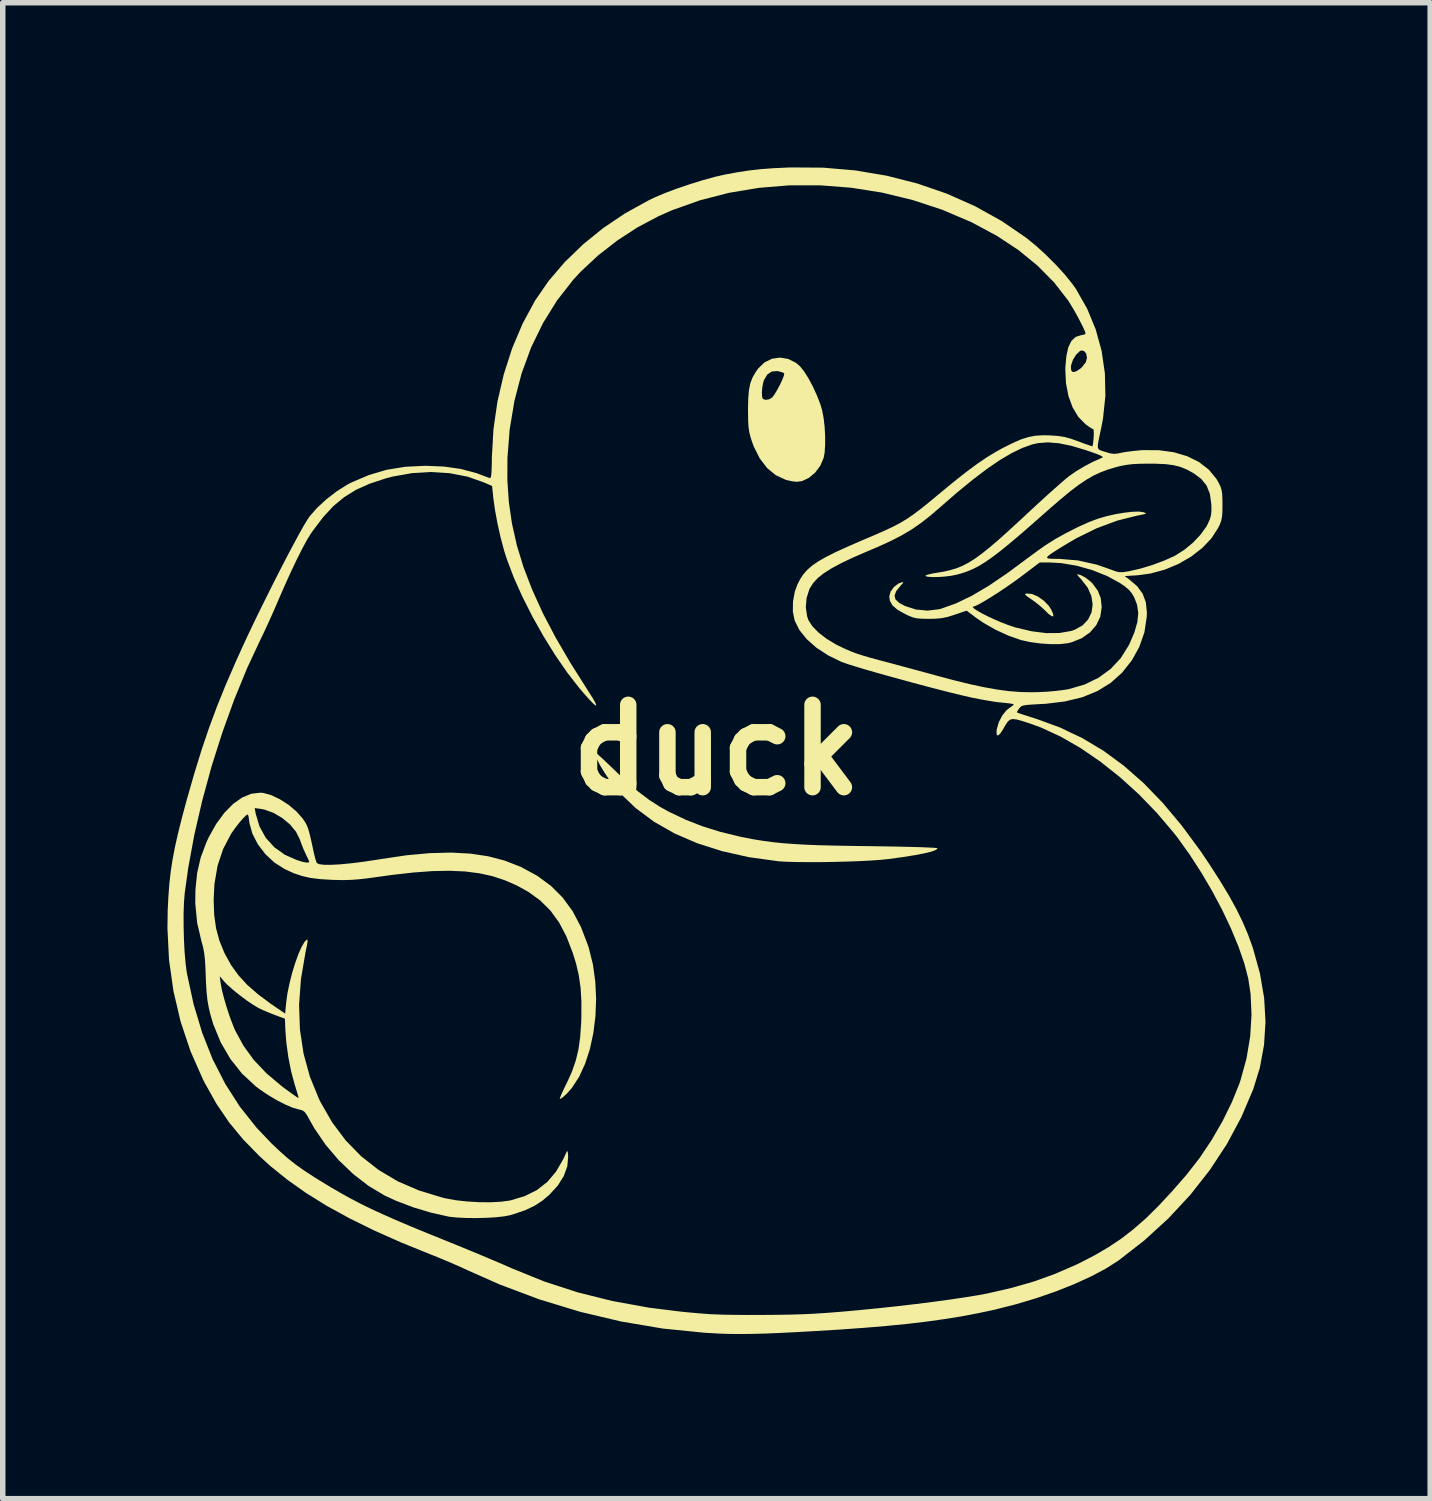
<source format=kicad_pcb>
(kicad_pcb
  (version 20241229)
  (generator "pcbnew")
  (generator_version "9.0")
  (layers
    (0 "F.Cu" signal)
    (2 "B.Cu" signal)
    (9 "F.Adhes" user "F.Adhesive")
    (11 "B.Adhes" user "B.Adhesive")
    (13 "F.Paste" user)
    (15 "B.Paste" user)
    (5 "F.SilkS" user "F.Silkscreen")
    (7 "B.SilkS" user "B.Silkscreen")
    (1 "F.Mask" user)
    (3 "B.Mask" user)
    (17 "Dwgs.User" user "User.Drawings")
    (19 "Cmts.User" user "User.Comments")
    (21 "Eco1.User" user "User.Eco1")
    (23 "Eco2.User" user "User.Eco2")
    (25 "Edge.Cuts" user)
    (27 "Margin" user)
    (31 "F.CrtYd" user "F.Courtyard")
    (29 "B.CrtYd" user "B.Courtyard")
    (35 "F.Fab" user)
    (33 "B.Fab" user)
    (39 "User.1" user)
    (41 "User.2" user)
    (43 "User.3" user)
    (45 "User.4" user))
  (footprint "duck"
    (layer "F.Cu")
    (at 10.001 10.611)
    (property "Reference" "duck" (at 0 0 0) (layer "F.SilkS") (effects (font (size 1.5 1.5) (thickness 0.3))))
    (attr board_only exclude_from_pos_files exclude_from_bom)
    (fp_poly (pts (xy 5.748 -2.841) (xy 5.857 -2.794) (xy 5.963 -2.719) (xy 6.054 -2.625) (xy 6.099 -2.556) (xy 6.134 -2.475) (xy 6.137 -2.435) (xy 6.108 -2.436) (xy 6.051 -2.477) (xy 5.989 -2.538) (xy 5.905 -2.615) (xy 5.803 -2.697) (xy 5.736 -2.744) (xy 5.66 -2.796) (xy 5.625 -2.827) (xy 5.625 -2.843) (xy 5.652 -2.85)) (stroke (width 0) (type solid)) (fill yes) (layer "F.SilkS"))
    (fp_poly (pts (xy -2.197 0.053) (xy -2.147 0.094) (xy -2.072 0.162) (xy -1.977 0.252) (xy -1.874 0.351) (xy -1.641 0.572) (xy -1.428 0.756) (xy -1.226 0.909) (xy -1.026 1.038) (xy -0.865 1.127) (xy -0.561 1.271) (xy -0.255 1.391) (xy 0.069 1.492) (xy 0.426 1.579) (xy 0.52 1.598) (xy 0.685 1.63) (xy 0.85 1.656) (xy 1.019 1.679) (xy 1.2 1.698) (xy 1.399 1.713) (xy 1.621 1.726) (xy 1.874 1.736) (xy 2.162 1.743) (xy 2.493 1.749) (xy 2.795 1.753) (xy 3.06 1.757) (xy 3.302 1.761) (xy 3.518 1.766) (xy 3.701 1.771) (xy 3.848 1.777) (xy 3.955 1.782) (xy 4.016 1.788) (xy 4.029 1.792) (xy 4.002 1.819) (xy 3.924 1.85) (xy 3.794 1.882) (xy 3.615 1.917) (xy 3.386 1.953) (xy 3.122 1.989) (xy 2.983 2.003) (xy 2.804 2.015) (xy 2.595 2.026) (xy 2.365 2.034) (xy 2.126 2.04) (xy 1.886 2.044) (xy 1.657 2.044) (xy 1.45 2.042) (xy 1.273 2.037) (xy 1.137 2.029) (xy 1.121 2.027) (xy 0.593 1.954) (xy 0.103 1.844) (xy -0.349 1.7) (xy -0.762 1.522) (xy -1.136 1.309) (xy -1.469 1.061) (xy -1.747 0.797) (xy -1.852 0.675) (xy -1.954 0.54) (xy -2.046 0.403) (xy -2.124 0.273) (xy -2.181 0.159) (xy -2.211 0.072) (xy -2.214 0.045)) (stroke (width 0) (type solid)) (fill yes) (layer "F.SilkS"))
    (fp_poly (pts (xy 1.306 -7.123) (xy 1.446 -7.053) (xy 1.521 -6.99) (xy 1.594 -6.899) (xy 1.675 -6.772) (xy 1.756 -6.62) (xy 1.83 -6.459) (xy 1.891 -6.302) (xy 1.923 -6.197) (xy 1.951 -6.056) (xy 1.97 -5.892) (xy 1.98 -5.719) (xy 1.98 -5.553) (xy 1.97 -5.411) (xy 1.953 -5.32) (xy 1.891 -5.176) (xy 1.798 -5.052) (xy 1.685 -4.957) (xy 1.562 -4.898) (xy 1.462 -4.884) (xy 1.379 -4.894) (xy 1.283 -4.915) (xy 1.259 -4.922) (xy 1.08 -5.005) (xy 0.922 -5.136) (xy 0.788 -5.311) (xy 0.68 -5.526) (xy 0.648 -5.614) (xy 0.618 -5.709) (xy 0.598 -5.791) (xy 0.585 -5.877) (xy 0.578 -5.98) (xy 0.576 -6.115) (xy 0.575 -6.203) (xy 0.579 -6.399) (xy 0.589 -6.518) (xy 0.828 -6.518) (xy 0.831 -6.44) (xy 0.844 -6.396) (xy 0.845 -6.394) (xy 0.895 -6.377) (xy 0.961 -6.387) (xy 1.016 -6.421) (xy 1.019 -6.423) (xy 1.063 -6.485) (xy 1.112 -6.568) (xy 1.16 -6.659) (xy 1.201 -6.747) (xy 1.228 -6.817) (xy 1.235 -6.858) (xy 1.233 -6.862) (xy 1.193 -6.881) (xy 1.124 -6.899) (xy 1.111 -6.902) (xy 1.009 -6.894) (xy 0.927 -6.839) (xy 0.867 -6.74) (xy 0.854 -6.699) (xy 0.836 -6.61) (xy 0.828 -6.518) (xy 0.589 -6.518) (xy 0.592 -6.554) (xy 0.617 -6.679) (xy 0.658 -6.786) (xy 0.717 -6.887) (xy 0.761 -6.949) (xy 0.876 -7.06) (xy 1.011 -7.126) (xy 1.158 -7.147)) (stroke (width 0) (type solid)) (fill yes) (layer "F.SilkS"))
    (fp_poly (pts (xy -8.257 0.783) (xy -8.111 0.823) (xy -7.952 0.899) (xy -7.793 1.001) (xy -7.65 1.122) (xy -7.538 1.249) (xy -7.499 1.306) (xy -7.468 1.36) (xy -7.442 1.423) (xy -7.417 1.505) (xy -7.39 1.616) (xy -7.357 1.766) (xy -7.349 1.806) (xy -7.325 1.911) (xy -7.302 1.998) (xy -7.284 2.052) (xy -7.281 2.059) (xy -7.239 2.081) (xy -7.15 2.092) (xy -7.019 2.093) (xy -6.852 2.084) (xy -6.654 2.065) (xy -6.43 2.037) (xy -6.185 2) (xy -6.11 1.988) (xy -5.645 1.919) (xy -5.221 1.88) (xy -4.833 1.87) (xy -4.479 1.889) (xy -4.154 1.938) (xy -3.854 2.017) (xy -3.575 2.126) (xy -3.559 2.133) (xy -3.267 2.291) (xy -3.016 2.475) (xy -2.801 2.69) (xy -2.619 2.939) (xy -2.467 3.228) (xy -2.34 3.561) (xy -2.323 3.615) (xy -2.25 3.909) (xy -2.207 4.218) (xy -2.192 4.533) (xy -2.204 4.848) (xy -2.242 5.155) (xy -2.305 5.447) (xy -2.392 5.716) (xy -2.502 5.955) (xy -2.633 6.157) (xy -2.722 6.257) (xy -2.787 6.317) (xy -2.834 6.352) (xy -2.855 6.357) (xy -2.855 6.356) (xy -2.843 6.32) (xy -2.813 6.247) (xy -2.767 6.15) (xy -2.724 6.063) (xy -2.633 5.862) (xy -2.564 5.664) (xy -2.514 5.458) (xy -2.482 5.229) (xy -2.464 4.965) (xy -2.461 4.869) (xy -2.46 4.586) (xy -2.474 4.338) (xy -2.507 4.109) (xy -2.559 3.885) (xy -2.616 3.702) (xy -2.732 3.4) (xy -2.866 3.144) (xy -3.024 2.927) (xy -3.21 2.742) (xy -3.43 2.583) (xy -3.642 2.467) (xy -3.858 2.373) (xy -4.082 2.299) (xy -4.32 2.247) (xy -4.577 2.214) (xy -4.859 2.201) (xy -5.172 2.207) (xy -5.521 2.233) (xy -5.911 2.277) (xy -6.161 2.312) (xy -6.358 2.339) (xy -6.519 2.357) (xy -6.66 2.367) (xy -6.797 2.371) (xy -6.947 2.368) (xy -6.99 2.367) (xy -7.211 2.354) (xy -7.393 2.332) (xy -7.551 2.296) (xy -7.702 2.245) (xy -7.859 2.173) (xy -7.863 2.171) (xy -8.052 2.052) (xy -8.217 1.898) (xy -8.353 1.72) (xy -8.453 1.527) (xy -8.508 1.328) (xy -8.516 1.261) (xy -8.525 1.202) (xy -8.539 1.174) (xy -8.54 1.174) (xy -8.571 1.194) (xy -8.624 1.247) (xy -8.689 1.322) (xy -8.758 1.41) (xy -8.821 1.498) (xy -8.842 1.529) (xy -8.987 1.806) (xy -9.088 2.11) (xy -9.145 2.444) (xy -9.159 2.735) (xy -9.149 3.009) (xy -9.115 3.249) (xy -9.056 3.47) (xy -8.967 3.689) (xy -8.951 3.722) (xy -8.839 3.923) (xy -8.706 4.107) (xy -8.546 4.281) (xy -8.35 4.452) (xy -8.112 4.629) (xy -8.058 4.666) (xy -7.857 4.802) (xy -7.837 4.595) (xy -7.814 4.429) (xy -7.776 4.247) (xy -7.729 4.061) (xy -7.674 3.882) (xy -7.616 3.721) (xy -7.558 3.589) (xy -7.503 3.497) (xy -7.497 3.49) (xy -7.467 3.458) (xy -7.451 3.455) (xy -7.448 3.486) (xy -7.459 3.558) (xy -7.484 3.676) (xy -7.486 3.687) (xy -7.569 4.176) (xy -7.603 4.646) (xy -7.587 5.098) (xy -7.521 5.533) (xy -7.406 5.952) (xy -7.241 6.356) (xy -7.212 6.416) (xy -7 6.785) (xy -6.753 7.114) (xy -6.472 7.402) (xy -6.155 7.651) (xy -5.804 7.859) (xy -5.417 8.026) (xy -4.995 8.154) (xy -4.936 8.168) (xy -4.754 8.202) (xy -4.547 8.225) (xy -4.329 8.238) (xy -4.117 8.24) (xy -3.925 8.23) (xy -3.768 8.209) (xy -3.752 8.206) (xy -3.493 8.128) (xy -3.271 8.018) (xy -3.082 7.87) (xy -2.922 7.682) (xy -2.787 7.449) (xy -2.731 7.324) (xy -2.718 7.305) (xy -2.708 7.33) (xy -2.701 7.404) (xy -2.701 7.406) (xy -2.716 7.582) (xy -2.78 7.76) (xy -2.89 7.936) (xy -3.043 8.103) (xy -3.175 8.214) (xy -3.317 8.306) (xy -3.483 8.384) (xy -3.687 8.454) (xy -3.762 8.476) (xy -3.87 8.497) (xy -4.018 8.513) (xy -4.191 8.523) (xy -4.376 8.528) (xy -4.558 8.526) (xy -4.725 8.518) (xy -4.862 8.504) (xy -4.883 8.5) (xy -5.198 8.43) (xy -5.523 8.332) (xy -5.833 8.214) (xy -6.048 8.115) (xy -6.337 7.942) (xy -6.618 7.725) (xy -6.882 7.472) (xy -7.12 7.192) (xy -7.324 6.894) (xy -7.408 6.746) (xy -7.459 6.653) (xy -7.498 6.598) (xy -7.537 6.569) (xy -7.587 6.553) (xy -7.609 6.549) (xy -7.717 6.518) (xy -7.854 6.46) (xy -8.008 6.381) (xy -8.166 6.287) (xy -8.316 6.186) (xy -8.394 6.127) (xy -8.642 5.897) (xy -8.855 5.628) (xy -9.031 5.326) (xy -9.167 4.995) (xy -9.22 4.814) (xy -9.25 4.685) (xy -9.272 4.559) (xy -9.287 4.42) (xy -9.298 4.253) (xy -9.303 4.122) (xy -9.048 4.122) (xy -9.031 4.253) (xy -9.008 4.376) (xy -8.968 4.532) (xy -8.917 4.704) (xy -8.86 4.875) (xy -8.801 5.03) (xy -8.766 5.112) (xy -8.615 5.39) (xy -8.428 5.647) (xy -8.199 5.889) (xy -7.922 6.123) (xy -7.858 6.171) (xy -7.762 6.241) (xy -7.683 6.297) (xy -7.631 6.332) (xy -7.613 6.341) (xy -7.617 6.314) (xy -7.636 6.249) (xy -7.664 6.155) (xy -7.683 6.095) (xy -7.747 5.859) (xy -7.799 5.594) (xy -7.836 5.322) (xy -7.852 5.11) (xy -7.861 4.896) (xy -8.046 4.828) (xy -8.157 4.784) (xy -8.265 4.738) (xy -8.342 4.701) (xy -8.438 4.644) (xy -8.556 4.564) (xy -8.681 4.471) (xy -8.8 4.375) (xy -8.9 4.287) (xy -8.964 4.222) (xy -9.048 4.122) (xy -9.303 4.122) (xy -9.31 3.939) (xy -9.32 3.797) (xy -9.334 3.682) (xy -9.354 3.584) (xy -9.379 3.495) (xy -9.46 3.148) (xy -9.494 2.79) (xy -9.491 2.551) (xy -9.46 2.242) (xy -9.395 1.96) (xy -9.293 1.687) (xy -9.247 1.587) (xy -9.111 1.346) (xy -8.962 1.143) (xy -8.879 1.059) (xy -8.412 1.059) (xy -8.393 1.161) (xy -8.324 1.394) (xy -8.211 1.599) (xy -8.056 1.771) (xy -7.861 1.91) (xy -7.644 2.006) (xy -7.537 2.039) (xy -7.46 2.053) (xy -7.421 2.047) (xy -7.417 2.04) (xy -7.428 2.01) (xy -7.456 1.949) (xy -7.48 1.9) (xy -7.527 1.797) (xy -7.572 1.68) (xy -7.59 1.628) (xy -7.66 1.489) (xy -7.77 1.356) (xy -7.911 1.239) (xy -8.07 1.146) (xy -8.235 1.087) (xy -8.3 1.074) (xy -8.412 1.059) (xy -8.879 1.059) (xy -8.804 0.983) (xy -8.64 0.867) (xy -8.473 0.798) (xy -8.307 0.779)) (stroke (width 0) (type solid)) (fill yes) (layer "F.SilkS"))
    (fp_poly (pts (xy 1.942 -10.607) (xy 2.528 -10.557) (xy 3.102 -10.46) (xy 3.66 -10.318) (xy 4.197 -10.133) (xy 4.71 -9.905) (xy 5.194 -9.636) (xy 5.643 -9.329) (xy 5.821 -9.184) (xy 6.005 -9.016) (xy 6.185 -8.836) (xy 6.349 -8.656) (xy 6.486 -8.486) (xy 6.55 -8.395) (xy 6.753 -8.038) (xy 6.909 -7.66) (xy 7.017 -7.266) (xy 7.076 -6.86) (xy 7.085 -6.449) (xy 7.042 -6.037) (xy 7.015 -5.896) (xy 6.982 -5.74) (xy 6.959 -5.629) (xy 6.947 -5.553) (xy 6.949 -5.505) (xy 6.964 -5.476) (xy 6.994 -5.458) (xy 7.041 -5.442) (xy 7.079 -5.43) (xy 7.174 -5.402) (xy 7.247 -5.393) (xy 7.328 -5.403) (xy 7.369 -5.413) (xy 7.462 -5.429) (xy 7.586 -5.445) (xy 7.719 -5.458) (xy 7.764 -5.461) (xy 8.059 -5.46) (xy 8.331 -5.423) (xy 8.577 -5.35) (xy 8.791 -5.244) (xy 8.969 -5.106) (xy 9.107 -4.939) (xy 9.146 -4.872) (xy 9.18 -4.802) (xy 9.201 -4.737) (xy 9.213 -4.661) (xy 9.217 -4.559) (xy 9.218 -4.469) (xy 9.217 -4.341) (xy 9.21 -4.25) (xy 9.196 -4.178) (xy 9.17 -4.108) (xy 9.138 -4.042) (xy 9.016 -3.854) (xy 8.85 -3.679) (xy 8.648 -3.522) (xy 8.418 -3.389) (xy 8.17 -3.285) (xy 7.91 -3.214) (xy 7.676 -3.182) (xy 7.436 -3.167) (xy 7.513 -3.111) (xy 7.663 -2.983) (xy 7.764 -2.846) (xy 7.822 -2.69) (xy 7.841 -2.504) (xy 7.838 -2.422) (xy 7.796 -2.142) (xy 7.701 -1.873) (xy 7.567 -1.632) (xy 7.389 -1.407) (xy 7.181 -1.221) (xy 6.939 -1.072) (xy 6.662 -0.959) (xy 6.348 -0.883) (xy 5.995 -0.84) (xy 5.909 -0.836) (xy 5.767 -0.828) (xy 5.667 -0.821) (xy 5.602 -0.812) (xy 5.56 -0.798) (xy 5.533 -0.778) (xy 5.513 -0.755) (xy 5.482 -0.707) (xy 5.473 -0.683) (xy 5.474 -0.683) (xy 5.501 -0.672) (xy 5.57 -0.649) (xy 5.671 -0.616) (xy 5.793 -0.577) (xy 5.831 -0.565) (xy 6.256 -0.41) (xy 6.661 -0.217) (xy 7.049 0.014) (xy 7.421 0.288) (xy 7.782 0.605) (xy 8.133 0.968) (xy 8.476 1.378) (xy 8.816 1.839) (xy 8.979 2.081) (xy 9.173 2.383) (xy 9.336 2.653) (xy 9.472 2.9) (xy 9.586 3.133) (xy 9.682 3.359) (xy 9.765 3.588) (xy 9.774 3.615) (xy 9.901 4.073) (xy 9.977 4.518) (xy 10.002 4.952) (xy 9.975 5.376) (xy 9.898 5.792) (xy 9.779 6.179) (xy 9.563 6.686) (xy 9.299 7.179) (xy 8.987 7.653) (xy 8.631 8.106) (xy 8.233 8.534) (xy 7.795 8.934) (xy 7.324 9.301) (xy 7.099 9.445) (xy 6.828 9.589) (xy 6.52 9.73) (xy 6.183 9.864) (xy 5.824 9.988) (xy 5.452 10.099) (xy 5.074 10.195) (xy 5.035 10.204) (xy 4.745 10.265) (xy 4.448 10.321) (xy 4.141 10.37) (xy 3.817 10.415) (xy 3.471 10.456) (xy 3.096 10.493) (xy 2.688 10.527) (xy 2.242 10.559) (xy 1.75 10.589) (xy 1.46 10.605) (xy 1.145 10.621) (xy 0.873 10.632) (xy 0.635 10.638) (xy 0.42 10.64) (xy 0.22 10.638) (xy 0.024 10.631) (xy -0.178 10.619) (xy -0.227 10.616) (xy -0.98 10.54) (xy -1.736 10.412) (xy -2.487 10.234) (xy -3.229 10.008) (xy -3.955 9.735) (xy -4.536 9.477) (xy -4.67 9.415) (xy -4.835 9.343) (xy -5.009 9.27) (xy -5.174 9.203) (xy -5.189 9.197) (xy -5.738 8.975) (xy -6.237 8.753) (xy -6.691 8.529) (xy -7.103 8.303) (xy -7.477 8.07) (xy -7.817 7.829) (xy -8.127 7.579) (xy -8.325 7.399) (xy -8.622 7.095) (xy -8.879 6.783) (xy -9.106 6.449) (xy -9.314 6.079) (xy -9.352 6.006) (xy -9.581 5.487) (xy -9.761 4.949) (xy -9.891 4.394) (xy -9.972 3.824) (xy -10.001 3.244) (xy -9.997 2.994) (xy -9.707 2.994) (xy -9.706 3.223) (xy -9.7 3.459) (xy -9.688 3.686) (xy -9.67 3.891) (xy -9.648 4.059) (xy -9.646 4.069) (xy -9.525 4.629) (xy -9.369 5.149) (xy -9.178 5.633) (xy -8.949 6.081) (xy -8.683 6.497) (xy -8.377 6.882) (xy -8.107 7.166) (xy -7.95 7.314) (xy -7.808 7.44) (xy -7.664 7.553) (xy -7.507 7.665) (xy -7.323 7.784) (xy -7.217 7.85) (xy -7.026 7.966) (xy -6.844 8.072) (xy -6.665 8.171) (xy -6.482 8.267) (xy -6.288 8.362) (xy -6.077 8.459) (xy -5.842 8.563) (xy -5.576 8.676) (xy -5.273 8.801) (xy -4.949 8.932) (xy -4.729 9.021) (xy -4.503 9.114) (xy -4.281 9.206) (xy -4.075 9.293) (xy -3.894 9.37) (xy -3.75 9.433) (xy -3.726 9.444) (xy -3.139 9.682) (xy -2.531 9.88) (xy -1.895 10.039) (xy -1.228 10.16) (xy -0.667 10.23) (xy -0.508 10.246) (xy -0.351 10.26) (xy -0.213 10.271) (xy -0.108 10.279) (xy -0.08 10.28) (xy 0.107 10.287) (xy 0.333 10.291) (xy 0.585 10.293) (xy 0.85 10.292) (xy 1.115 10.29) (xy 1.365 10.286) (xy 1.588 10.279) (xy 1.761 10.271) (xy 2.026 10.254) (xy 2.322 10.23) (xy 2.639 10.201) (xy 2.969 10.168) (xy 3.304 10.132) (xy 3.636 10.093) (xy 3.956 10.053) (xy 4.255 10.012) (xy 4.526 9.972) (xy 4.76 9.934) (xy 4.942 9.9) (xy 5.383 9.798) (xy 5.786 9.682) (xy 6.164 9.546) (xy 6.532 9.387) (xy 6.63 9.34) (xy 6.898 9.201) (xy 7.143 9.057) (xy 7.374 8.903) (xy 7.596 8.731) (xy 7.817 8.538) (xy 8.043 8.316) (xy 8.282 8.06) (xy 8.541 7.765) (xy 8.57 7.73) (xy 8.801 7.434) (xy 9.02 7.107) (xy 9.219 6.763) (xy 9.39 6.415) (xy 9.526 6.079) (xy 9.548 6.013) (xy 9.656 5.619) (xy 9.723 5.219) (xy 9.747 4.823) (xy 9.73 4.441) (xy 9.687 4.162) (xy 9.615 3.886) (xy 9.509 3.581) (xy 9.374 3.255) (xy 9.214 2.917) (xy 9.032 2.574) (xy 8.833 2.235) (xy 8.622 1.909) (xy 8.403 1.603) (xy 8.331 1.511) (xy 8.024 1.149) (xy 7.695 0.808) (xy 7.349 0.495) (xy 6.992 0.212) (xy 6.63 -0.036) (xy 6.268 -0.244) (xy 5.913 -0.408) (xy 5.715 -0.48) (xy 5.572 -0.526) (xy 5.469 -0.555) (xy 5.397 -0.563) (xy 5.346 -0.55) (xy 5.305 -0.513) (xy 5.263 -0.45) (xy 5.224 -0.381) (xy 5.169 -0.297) (xy 5.129 -0.262) (xy 5.106 -0.275) (xy 5.102 -0.336) (xy 5.108 -0.384) (xy 5.144 -0.507) (xy 5.206 -0.626) (xy 5.283 -0.723) (xy 5.337 -0.765) (xy 5.39 -0.801) (xy 5.416 -0.827) (xy 5.416 -0.829) (xy 5.392 -0.839) (xy 5.327 -0.849) (xy 5.234 -0.859) (xy 5.209 -0.861) (xy 5.104 -0.872) (xy 4.965 -0.894) (xy 4.807 -0.922) (xy 4.648 -0.954) (xy 4.623 -0.959) (xy 4.465 -0.996) (xy 4.275 -1.042) (xy 4.063 -1.096) (xy 3.835 -1.155) (xy 3.597 -1.219) (xy 3.358 -1.284) (xy 3.125 -1.348) (xy 2.905 -1.41) (xy 2.704 -1.468) (xy 2.531 -1.52) (xy 2.393 -1.563) (xy 2.297 -1.597) (xy 2.273 -1.606) (xy 2.032 -1.724) (xy 1.82 -1.863) (xy 1.645 -2.018) (xy 1.512 -2.183) (xy 1.426 -2.355) (xy 1.424 -2.36) (xy 1.392 -2.52) (xy 1.393 -2.598) (xy 1.628 -2.598) (xy 1.651 -2.437) (xy 1.678 -2.36) (xy 1.749 -2.251) (xy 1.861 -2.137) (xy 2.006 -2.025) (xy 2.173 -1.924) (xy 2.228 -1.896) (xy 2.336 -1.844) (xy 2.436 -1.801) (xy 2.536 -1.762) (xy 2.65 -1.725) (xy 2.786 -1.684) (xy 2.956 -1.638) (xy 3.095 -1.601) (xy 3.256 -1.558) (xy 3.449 -1.506) (xy 3.656 -1.45) (xy 3.859 -1.395) (xy 3.975 -1.363) (xy 4.315 -1.272) (xy 4.613 -1.199) (xy 4.876 -1.142) (xy 5.113 -1.1) (xy 5.33 -1.071) (xy 5.536 -1.055) (xy 5.738 -1.051) (xy 5.856 -1.053) (xy 6.012 -1.06) (xy 6.172 -1.074) (xy 6.317 -1.091) (xy 6.417 -1.107) (xy 6.705 -1.191) (xy 6.961 -1.315) (xy 7.183 -1.477) (xy 7.367 -1.675) (xy 7.512 -1.908) (xy 7.521 -1.925) (xy 7.613 -2.14) (xy 7.667 -2.327) (xy 7.684 -2.491) (xy 7.663 -2.642) (xy 7.613 -2.773) (xy 7.567 -2.853) (xy 7.512 -2.918) (xy 7.434 -2.983) (xy 7.348 -3.042) (xy 7.115 -3.169) (xy 6.849 -3.275) (xy 6.566 -3.355) (xy 6.281 -3.403) (xy 6.063 -3.415) (xy 5.89 -3.415) (xy 5.54 -3.151) (xy 5.411 -3.057) (xy 5.273 -2.961) (xy 5.132 -2.867) (xy 4.999 -2.782) (xy 4.879 -2.709) (xy 4.781 -2.653) (xy 4.714 -2.621) (xy 4.69 -2.615) (xy 4.668 -2.605) (xy 4.688 -2.579) (xy 4.743 -2.541) (xy 4.827 -2.493) (xy 4.931 -2.439) (xy 5.05 -2.384) (xy 5.175 -2.329) (xy 5.301 -2.28) (xy 5.419 -2.24) (xy 5.451 -2.23) (xy 5.739 -2.162) (xy 6.006 -2.128) (xy 6.248 -2.13) (xy 6.457 -2.166) (xy 6.526 -2.189) (xy 6.669 -2.268) (xy 6.771 -2.376) (xy 6.833 -2.506) (xy 6.853 -2.65) (xy 6.83 -2.802) (xy 6.764 -2.954) (xy 6.652 -3.099) (xy 6.65 -3.102) (xy 6.599 -3.157) (xy 6.572 -3.193) (xy 6.572 -3.202) (xy 6.641 -3.183) (xy 6.727 -3.136) (xy 6.812 -3.07) (xy 6.854 -3.028) (xy 6.948 -2.899) (xy 7 -2.766) (xy 7.017 -2.61) (xy 7.017 -2.594) (xy 6.992 -2.426) (xy 6.919 -2.273) (xy 6.805 -2.141) (xy 6.654 -2.035) (xy 6.472 -1.962) (xy 6.406 -1.945) (xy 6.262 -1.928) (xy 6.086 -1.927) (xy 5.894 -1.94) (xy 5.706 -1.966) (xy 5.55 -2.001) (xy 5.323 -2.08) (xy 5.087 -2.188) (xy 4.863 -2.316) (xy 4.733 -2.405) (xy 4.557 -2.537) (xy 4.339 -2.463) (xy 4.213 -2.423) (xy 4.101 -2.4) (xy 3.98 -2.39) (xy 3.868 -2.388) (xy 3.743 -2.39) (xy 3.653 -2.397) (xy 3.579 -2.414) (xy 3.503 -2.444) (xy 3.436 -2.476) (xy 3.298 -2.554) (xy 3.208 -2.631) (xy 3.16 -2.715) (xy 3.148 -2.794) (xy 3.172 -2.883) (xy 3.233 -2.968) (xy 3.316 -3.031) (xy 3.365 -3.05) (xy 3.4 -3.057) (xy 3.401 -3.045) (xy 3.367 -3.006) (xy 3.355 -2.993) (xy 3.275 -2.893) (xy 3.244 -2.812) (xy 3.261 -2.742) (xy 3.329 -2.678) (xy 3.435 -2.622) (xy 3.633 -2.558) (xy 3.847 -2.538) (xy 4.057 -2.563) (xy 4.097 -2.574) (xy 4.363 -2.669) (xy 4.65 -2.807) (xy 4.96 -2.99) (xy 5.294 -3.217) (xy 5.456 -3.336) (xy 5.593 -3.438) (xy 5.728 -3.538) (xy 5.851 -3.628) (xy 5.95 -3.699) (xy 5.995 -3.73) (xy 6.173 -3.842) (xy 6.377 -3.955) (xy 6.589 -4.062) (xy 6.792 -4.153) (xy 6.952 -4.213) (xy 7.103 -4.257) (xy 7.265 -4.294) (xy 7.425 -4.321) (xy 7.572 -4.338) (xy 7.693 -4.342) (xy 7.776 -4.331) (xy 7.78 -4.33) (xy 7.816 -4.316) (xy 7.821 -4.305) (xy 7.788 -4.293) (xy 7.711 -4.277) (xy 7.671 -4.27) (xy 7.304 -4.178) (xy 6.929 -4.039) (xy 6.556 -3.856) (xy 6.337 -3.727) (xy 6.194 -3.638) (xy 6.094 -3.573) (xy 6.037 -3.529) (xy 6.02 -3.502) (xy 6.042 -3.488) (xy 6.101 -3.482) (xy 6.196 -3.48) (xy 6.25 -3.48) (xy 6.586 -3.452) (xy 6.926 -3.376) (xy 7.168 -3.292) (xy 7.264 -3.256) (xy 7.334 -3.239) (xy 7.401 -3.238) (xy 7.49 -3.251) (xy 7.519 -3.256) (xy 7.723 -3.303) (xy 7.942 -3.369) (xy 8.154 -3.448) (xy 8.338 -3.53) (xy 8.358 -3.541) (xy 8.521 -3.644) (xy 8.679 -3.774) (xy 8.817 -3.92) (xy 8.923 -4.066) (xy 8.95 -4.116) (xy 8.988 -4.202) (xy 9.009 -4.276) (xy 9.017 -4.358) (xy 9.015 -4.47) (xy 9.014 -4.477) (xy 8.989 -4.664) (xy 8.929 -4.815) (xy 8.829 -4.939) (xy 8.697 -5.037) (xy 8.573 -5.106) (xy 8.454 -5.155) (xy 8.328 -5.187) (xy 8.183 -5.206) (xy 8.005 -5.214) (xy 7.884 -5.215) (xy 7.712 -5.213) (xy 7.577 -5.206) (xy 7.463 -5.192) (xy 7.356 -5.171) (xy 7.285 -5.153) (xy 7.136 -5.109) (xy 6.999 -5.058) (xy 6.868 -4.997) (xy 6.735 -4.92) (xy 6.593 -4.824) (xy 6.435 -4.704) (xy 6.256 -4.555) (xy 6.047 -4.374) (xy 6.003 -4.335) (xy 5.747 -4.109) (xy 5.526 -3.917) (xy 5.334 -3.755) (xy 5.169 -3.621) (xy 5.024 -3.511) (xy 4.896 -3.422) (xy 4.781 -3.351) (xy 4.674 -3.296) (xy 4.57 -3.252) (xy 4.466 -3.217) (xy 4.374 -3.192) (xy 4.273 -3.172) (xy 4.158 -3.158) (xy 4.041 -3.15) (xy 3.935 -3.149) (xy 3.853 -3.154) (xy 3.808 -3.167) (xy 3.805 -3.171) (xy 3.823 -3.184) (xy 3.882 -3.202) (xy 3.972 -3.22) (xy 4.008 -3.226) (xy 4.139 -3.248) (xy 4.258 -3.275) (xy 4.37 -3.308) (xy 4.478 -3.352) (xy 4.589 -3.409) (xy 4.707 -3.483) (xy 4.836 -3.577) (xy 4.981 -3.693) (xy 5.147 -3.835) (xy 5.338 -4.007) (xy 5.559 -4.21) (xy 5.736 -4.375) (xy 5.886 -4.513) (xy 6.032 -4.647) (xy 6.168 -4.768) (xy 6.286 -4.872) (xy 6.379 -4.952) (xy 6.43 -4.992) (xy 6.559 -5.081) (xy 6.712 -5.172) (xy 6.87 -5.254) (xy 7.011 -5.317) (xy 7.03 -5.324) (xy 7.039 -5.336) (xy 7.01 -5.357) (xy 6.94 -5.387) (xy 6.826 -5.428) (xy 6.724 -5.463) (xy 6.462 -5.541) (xy 6.235 -5.587) (xy 6.036 -5.603) (xy 5.858 -5.589) (xy 5.748 -5.564) (xy 5.57 -5.5) (xy 5.376 -5.406) (xy 5.164 -5.281) (xy 4.93 -5.121) (xy 4.673 -4.926) (xy 4.388 -4.693) (xy 4.082 -4.427) (xy 3.896 -4.267) (xy 3.724 -4.132) (xy 3.554 -4.015) (xy 3.375 -3.909) (xy 3.175 -3.806) (xy 2.943 -3.7) (xy 2.773 -3.628) (xy 2.504 -3.512) (xy 2.282 -3.407) (xy 2.102 -3.311) (xy 1.958 -3.22) (xy 1.847 -3.132) (xy 1.764 -3.042) (xy 1.704 -2.949) (xy 1.691 -2.923) (xy 1.642 -2.767) (xy 1.628 -2.598) (xy 1.393 -2.598) (xy 1.394 -2.7) (xy 1.427 -2.882) (xy 1.478 -3.021) (xy 1.529 -3.118) (xy 1.587 -3.204) (xy 1.658 -3.284) (xy 1.746 -3.36) (xy 1.857 -3.436) (xy 1.996 -3.515) (xy 2.168 -3.602) (xy 2.379 -3.698) (xy 2.633 -3.809) (xy 2.708 -3.841) (xy 2.917 -3.93) (xy 3.088 -4.006) (xy 3.233 -4.075) (xy 3.359 -4.142) (xy 3.477 -4.213) (xy 3.595 -4.295) (xy 3.724 -4.392) (xy 3.872 -4.511) (xy 4.049 -4.658) (xy 4.095 -4.696) (xy 4.34 -4.898) (xy 4.554 -5.066) (xy 4.744 -5.207) (xy 4.917 -5.325) (xy 5.079 -5.424) (xy 5.21 -5.497) (xy 5.396 -5.59) (xy 5.549 -5.657) (xy 5.685 -5.7) (xy 5.814 -5.724) (xy 5.95 -5.732) (xy 6.07 -5.73) (xy 6.216 -5.72) (xy 6.335 -5.702) (xy 6.453 -5.67) (xy 6.589 -5.622) (xy 6.695 -5.582) (xy 6.781 -5.552) (xy 6.834 -5.534) (xy 6.847 -5.531) (xy 6.858 -5.565) (xy 6.866 -5.629) (xy 6.872 -5.707) (xy 6.874 -5.78) (xy 6.87 -5.83) (xy 6.864 -5.843) (xy 6.831 -5.858) (xy 6.771 -5.898) (xy 6.719 -5.937) (xy 6.59 -6.069) (xy 6.487 -6.242) (xy 6.412 -6.448) (xy 6.367 -6.68) (xy 6.355 -6.931) (xy 6.356 -6.973) (xy 6.457 -6.973) (xy 6.463 -6.911) (xy 6.488 -6.886) (xy 6.513 -6.884) (xy 6.564 -6.902) (xy 6.63 -6.947) (xy 6.659 -6.974) (xy 6.728 -7.062) (xy 6.75 -7.144) (xy 6.75 -7.144) (xy 6.735 -7.221) (xy 6.695 -7.268) (xy 6.642 -7.276) (xy 6.621 -7.266) (xy 6.553 -7.201) (xy 6.495 -7.108) (xy 6.461 -7.01) (xy 6.457 -6.973) (xy 6.356 -6.973) (xy 6.356 -6.975) (xy 6.375 -7.181) (xy 6.411 -7.339) (xy 6.468 -7.453) (xy 6.545 -7.524) (xy 6.645 -7.556) (xy 6.656 -7.557) (xy 6.707 -7.569) (xy 6.724 -7.586) (xy 6.711 -7.628) (xy 6.677 -7.704) (xy 6.627 -7.803) (xy 6.568 -7.915) (xy 6.505 -8.026) (xy 6.444 -8.128) (xy 6.405 -8.189) (xy 6.151 -8.516) (xy 5.85 -8.821) (xy 5.502 -9.105) (xy 5.11 -9.364) (xy 4.673 -9.599) (xy 4.637 -9.617) (xy 4.113 -9.84) (xy 3.571 -10.018) (xy 3.018 -10.152) (xy 2.456 -10.241) (xy 1.891 -10.285) (xy 1.328 -10.285) (xy 0.772 -10.239) (xy 0.227 -10.148) (xy -0.302 -10.012) (xy -0.81 -9.831) (xy -1.054 -9.723) (xy -1.438 -9.52) (xy -1.809 -9.278) (xy -2.157 -9.007) (xy -2.47 -8.715) (xy -2.609 -8.565) (xy -2.905 -8.186) (xy -3.161 -7.773) (xy -3.377 -7.329) (xy -3.55 -6.857) (xy -3.68 -6.359) (xy -3.767 -5.837) (xy -3.807 -5.323) (xy -3.809 -4.917) (xy -3.782 -4.518) (xy -3.725 -4.124) (xy -3.636 -3.728) (xy -3.514 -3.328) (xy -3.356 -2.918) (xy -3.163 -2.493) (xy -2.931 -2.05) (xy -2.659 -1.584) (xy -2.347 -1.091) (xy -2.343 -1.084) (xy -2.259 -0.953) (xy -2.208 -0.863) (xy -2.189 -0.815) (xy -2.201 -0.809) (xy -2.244 -0.844) (xy -2.318 -0.92) (xy -2.421 -1.037) (xy -2.499 -1.128) (xy -2.719 -1.411) (xy -2.939 -1.73) (xy -3.152 -2.074) (xy -3.353 -2.431) (xy -3.535 -2.791) (xy -3.692 -3.142) (xy -3.818 -3.475) (xy -3.868 -3.631) (xy -3.93 -3.863) (xy -3.987 -4.117) (xy -4.034 -4.37) (xy -4.066 -4.599) (xy -4.068 -4.625) (xy -4.087 -4.808) (xy -4.238 -4.874) (xy -4.534 -4.978) (xy -4.857 -5.041) (xy -5.197 -5.063) (xy -5.546 -5.042) (xy -5.897 -4.98) (xy -6.03 -4.945) (xy -6.316 -4.85) (xy -6.564 -4.739) (xy -6.781 -4.605) (xy -6.978 -4.442) (xy -7.164 -4.241) (xy -7.349 -3.997) (xy -7.39 -3.938) (xy -7.459 -3.826) (xy -7.544 -3.669) (xy -7.641 -3.477) (xy -7.747 -3.254) (xy -7.858 -3.009) (xy -7.973 -2.747) (xy -7.978 -2.735) (xy -8.05 -2.567) (xy -8.127 -2.394) (xy -8.201 -2.232) (xy -8.265 -2.094) (xy -8.3 -2.024) (xy -8.549 -1.491) (xy -8.784 -0.918) (xy -9.001 -0.317) (xy -9.197 0.3) (xy -9.367 0.923) (xy -9.51 1.541) (xy -9.621 2.141) (xy -9.687 2.615) (xy -9.7 2.786) (xy -9.707 2.994) (xy -9.997 2.994) (xy -9.997 2.935) (xy -9.984 2.682) (xy -9.967 2.451) (xy -9.943 2.23) (xy -9.91 2.011) (xy -9.867 1.783) (xy -9.812 1.537) (xy -9.744 1.262) (xy -9.66 0.949) (xy -9.641 0.88) (xy -9.509 0.42) (xy -9.378 -0.003) (xy -9.243 -0.402) (xy -9.098 -0.792) (xy -8.938 -1.188) (xy -8.757 -1.605) (xy -8.638 -1.868) (xy -8.533 -2.095) (xy -8.418 -2.336) (xy -8.296 -2.586) (xy -8.171 -2.838) (xy -8.046 -3.088) (xy -7.923 -3.328) (xy -7.806 -3.554) (xy -7.697 -3.759) (xy -7.6 -3.938) (xy -7.517 -4.086) (xy -7.451 -4.195) (xy -7.412 -4.253) (xy -7.276 -4.408) (xy -7.105 -4.566) (xy -6.916 -4.712) (xy -6.724 -4.833) (xy -6.656 -4.869) (xy -6.333 -5.007) (xy -6.008 -5.103) (xy -5.668 -5.158) (xy -5.3 -5.176) (xy -5.296 -5.176) (xy -4.962 -5.162) (xy -4.659 -5.119) (xy -4.373 -5.043) (xy -4.136 -4.953) (xy -4.12 -4.953) (xy -4.109 -4.972) (xy -4.101 -5.018) (xy -4.096 -5.098) (xy -4.092 -5.219) (xy -4.091 -5.336) (xy -4.062 -5.842) (xy -3.989 -6.347) (xy -3.874 -6.842) (xy -3.72 -7.32) (xy -3.528 -7.772) (xy -3.304 -8.185) (xy -3.057 -8.544) (xy -2.763 -8.887) (xy -2.428 -9.211) (xy -2.06 -9.509) (xy -1.662 -9.776) (xy -1.243 -10.008) (xy -1.126 -10.064) (xy -0.946 -10.141) (xy -0.73 -10.222) (xy -0.495 -10.302) (xy -0.257 -10.376) (xy -0.034 -10.438) (xy 0.158 -10.482) (xy 0.16 -10.482) (xy 0.388 -10.524) (xy 0.599 -10.556) (xy 0.811 -10.58) (xy 1.039 -10.597) (xy 1.302 -10.609) (xy 1.347 -10.611)) (stroke (width 0) (type solid)) (fill yes) (layer "F.SilkS")))
  (gr_rect
    (start -3 -3)
    (end 23.003 24.251)
    (stroke (width 0.1) (type default))
    (fill no)
    (layer "Edge.Cuts")))
</source>
